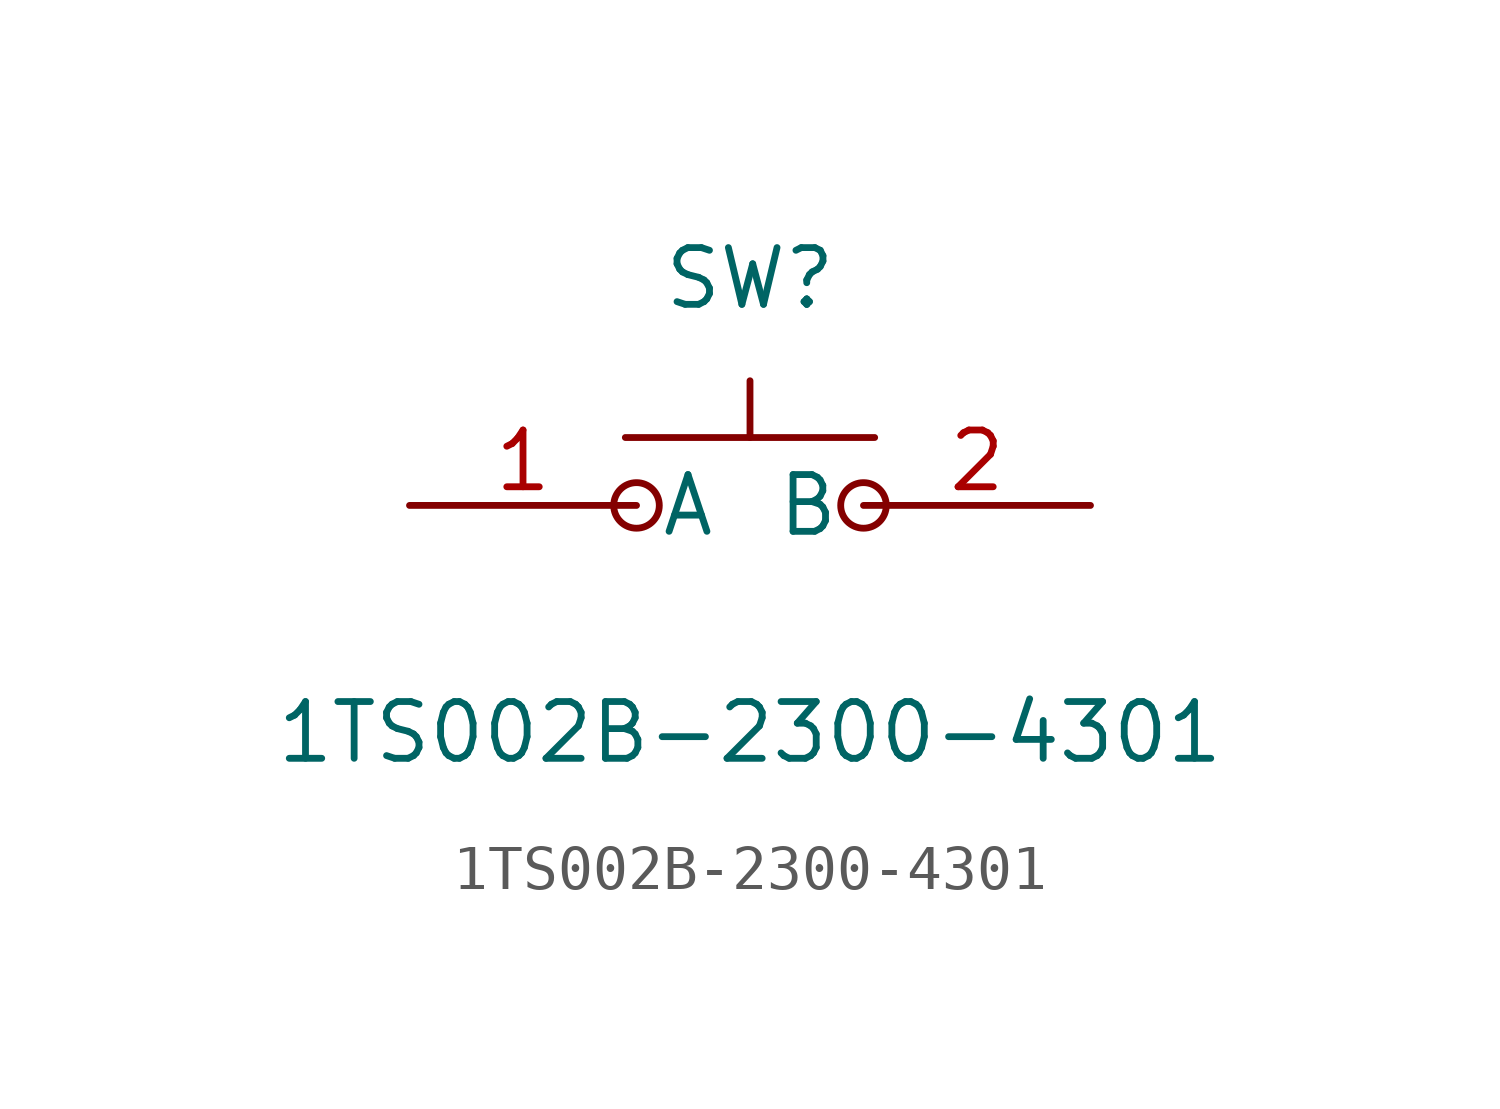
<source format=kicad_sym>
(kicad_symbol_lib
  (version 20211014)
  (generator https://github.com/uPesy/easyeda2kicad.py)
  (symbol "1TS002B-2300-4301"
    (property "Reference" "SW"
      (at 0 5.08 0)
      (effects (font (size 1.27 1.27))))
    (property "Value" "1TS002B-2300-4301"
      (at 0 -5.08 0)
      (effects (font (size 1.27 1.27))))
    (symbol "1TS002B-2300-4301_0_1"
      (circle (center -2.54 -0.00) (radius 0.51) (stroke (width 0) (type default) (color 0 0 0 0)) (fill (type none)))
      (circle (center 2.54 -0.00) (radius 0.51) (stroke (width 0) (type default) (color 0 0 0 0)) (fill (type none)))
      (polyline (pts (xy -2.79 1.52) (xy 2.79 1.52)) (stroke (width 0) (type default) (color 0 0 0 0)) (fill (type none)))
      (polyline (pts (xy 0.00 1.52) (xy 0.00 2.79)) (stroke (width 0) (type default) (color 0 0 0 0)) (fill (type none)))
      (pin unspecified line (at -7.62 -0.00 0) (length 5.08) (name "A" (effects (font (size 1.27 1.27)))) (number "1" (effects (font (size 1.27 1.27)))))
      (pin unspecified line (at 7.62 -0.00 180) (length 5.08) (name "B" (effects (font (size 1.27 1.27)))) (number "2" (effects (font (size 1.27 1.27))))))))
</source>
